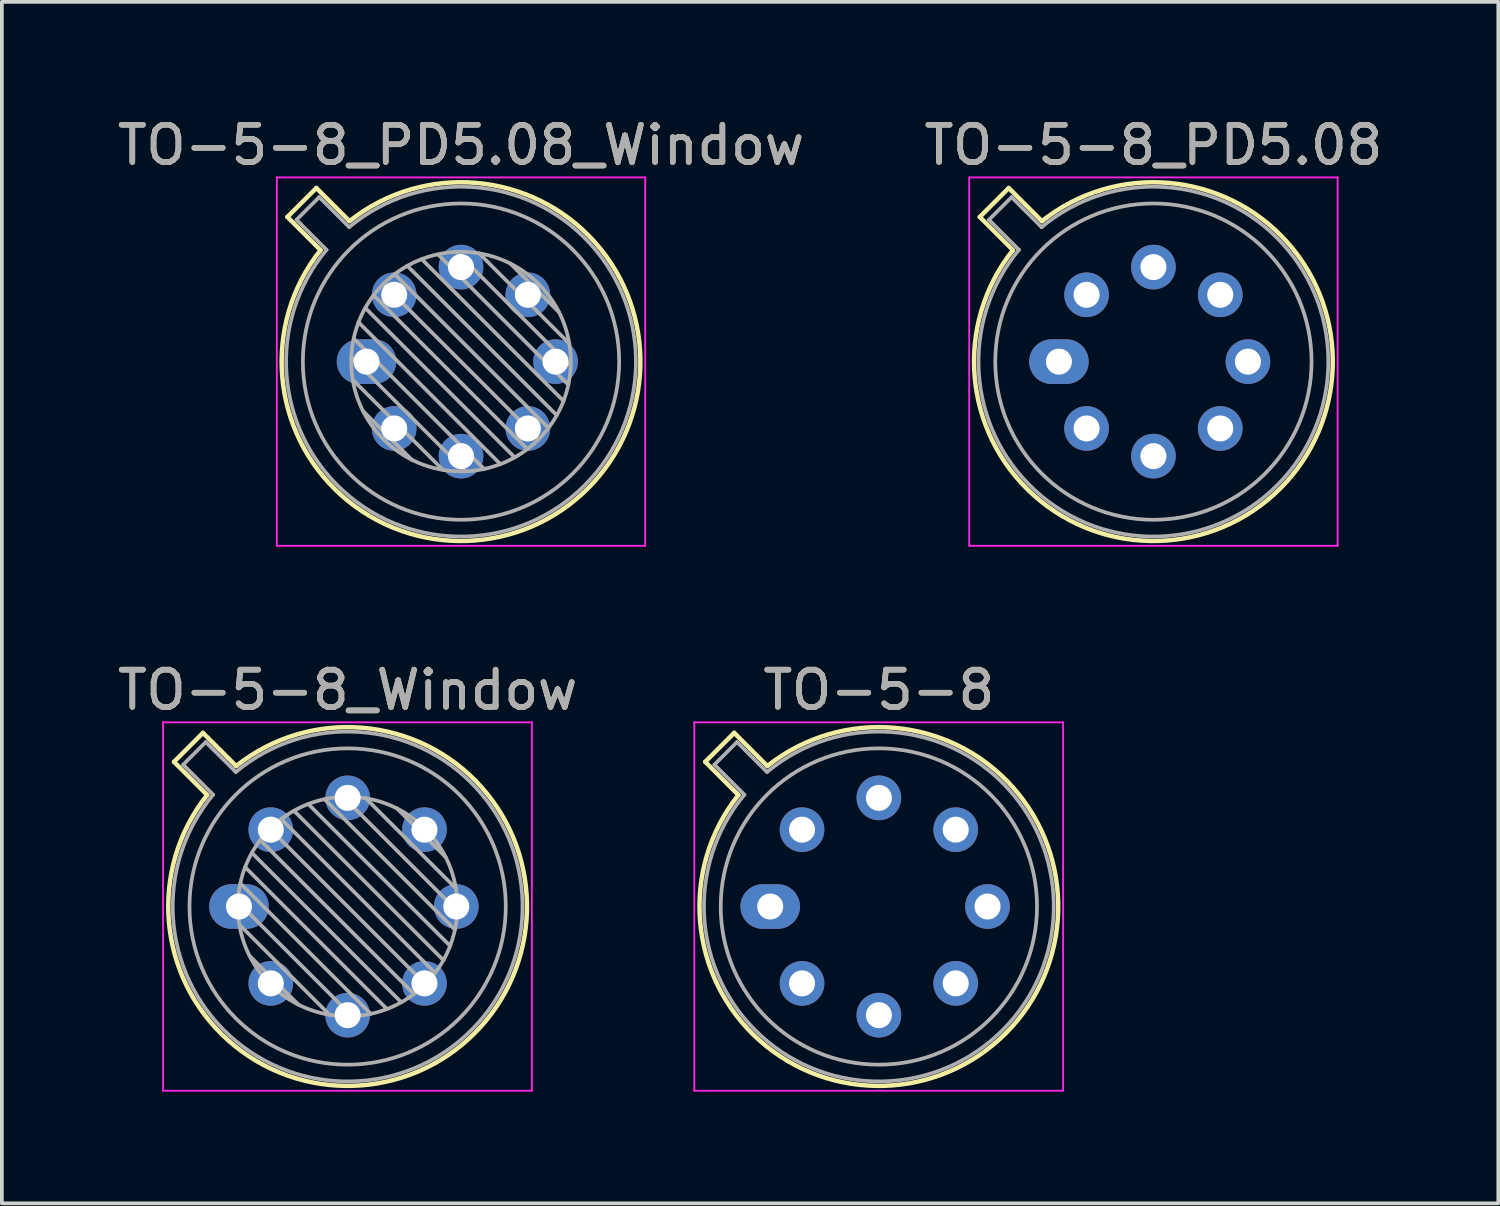
<source format=kicad_pcb>
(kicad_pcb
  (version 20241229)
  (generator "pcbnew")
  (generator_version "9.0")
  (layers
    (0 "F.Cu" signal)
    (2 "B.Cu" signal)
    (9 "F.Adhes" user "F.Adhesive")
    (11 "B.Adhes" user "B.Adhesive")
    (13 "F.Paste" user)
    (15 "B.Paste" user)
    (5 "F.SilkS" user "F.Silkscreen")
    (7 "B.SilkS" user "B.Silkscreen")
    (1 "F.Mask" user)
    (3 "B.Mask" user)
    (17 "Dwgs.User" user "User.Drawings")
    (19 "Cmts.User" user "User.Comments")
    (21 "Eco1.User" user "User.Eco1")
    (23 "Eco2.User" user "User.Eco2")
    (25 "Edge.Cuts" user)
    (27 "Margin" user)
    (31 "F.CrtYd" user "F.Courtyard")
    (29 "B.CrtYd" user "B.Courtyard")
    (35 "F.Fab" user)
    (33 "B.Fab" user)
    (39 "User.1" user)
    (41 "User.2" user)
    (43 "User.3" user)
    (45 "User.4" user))
  (footprint "TO-5-8_Window"
    (layer "F.Cu")
    (at 3.372 21.311)
    (property "Reference" "TO-5-8_Window" (at 2.92 -5.82 0) (layer "F.SilkS") (effects (font (size 1 1) (thickness 0.15))))
    (attr through_hole)
    (fp_line (start -1.746 -3.888) (end -0.855 -2.997) (stroke (width 0.12) (type solid)) (layer "F.SilkS"))
    (fp_line (start -0.968 -4.666) (end -1.746 -3.888) (stroke (width 0.12) (type solid)) (layer "F.SilkS"))
    (fp_line (start -0.077 -3.775) (end -0.968 -4.666) (stroke (width 0.12) (type solid)) (layer "F.SilkS"))
    (fp_arc (start -0.077084 -3.774902) (mid 6.328125 3.408384) (end -0.854674 -2.997371) (stroke (width 0.12) (type solid)) (layer "F.SilkS"))
    (fp_line (start -2.04 -4.95) (end -2.04 4.95) (stroke (width 0.05) (type solid)) (layer "F.CrtYd"))
    (fp_line (start -2.04 4.95) (end 7.87 4.95) (stroke (width 0.05) (type solid)) (layer "F.CrtYd"))
    (fp_line (start 7.87 -4.95) (end -2.04 -4.95) (stroke (width 0.05) (type solid)) (layer "F.CrtYd"))
    (fp_line (start 7.87 4.95) (end 7.87 -4.95) (stroke (width 0.05) (type solid)) (layer "F.CrtYd"))
    (fp_line (start -1.5 -3.812) (end -0.694 -3.005) (stroke (width 0.1) (type solid)) (layer "F.Fab"))
    (fp_line (start -0.892 -4.42) (end -1.5 -3.812) (stroke (width 0.1) (type solid)) (layer "F.Fab"))
    (fp_line (start -0.085 -3.614) (end -0.892 -4.42) (stroke (width 0.1) (type solid)) (layer "F.Fab"))
    (fp_line (start -0.028 -0.12) (end 3.04 2.948) (stroke (width 0.1) (type solid)) (layer "F.Fab"))
    (fp_line (start 0.009 0.485) (end 2.435 2.911) (stroke (width 0.1) (type solid)) (layer "F.Fab"))
    (fp_line (start 0.036 -0.622) (end 3.542 2.884) (stroke (width 0.1) (type solid)) (layer "F.Fab"))
    (fp_line (start 0.165 -1.058) (end 3.978 2.755) (stroke (width 0.1) (type solid)) (layer "F.Fab"))
    (fp_line (start 0.283 1.324) (end 1.596 2.637) (stroke (width 0.1) (type solid)) (layer "F.Fab"))
    (fp_line (start 0.346 -1.443) (end 4.363 2.574) (stroke (width 0.1) (type solid)) (layer "F.Fab"))
    (fp_line (start 0.57 -1.784) (end 4.704 2.35) (stroke (width 0.1) (type solid)) (layer "F.Fab"))
    (fp_line (start 0.834 -2.086) (end 5.006 2.086) (stroke (width 0.1) (type solid)) (layer "F.Fab"))
    (fp_line (start 1.136 -2.35) (end 5.27 1.784) (stroke (width 0.1) (type solid)) (layer "F.Fab"))
    (fp_line (start 1.477 -2.574) (end 5.494 1.443) (stroke (width 0.1) (type solid)) (layer "F.Fab"))
    (fp_line (start 1.862 -2.755) (end 5.675 1.058) (stroke (width 0.1) (type solid)) (layer "F.Fab"))
    (fp_line (start 2.298 -2.884) (end 5.804 0.622) (stroke (width 0.1) (type solid)) (layer "F.Fab"))
    (fp_line (start 2.8 -2.948) (end 5.868 0.12) (stroke (width 0.1) (type solid)) (layer "F.Fab"))
    (fp_line (start 3.405 -2.911) (end 5.831 -0.485) (stroke (width 0.1) (type solid)) (layer "F.Fab"))
    (fp_line (start 4.244 -2.637) (end 5.557 -1.324) (stroke (width 0.1) (type solid)) (layer "F.Fab"))
    (fp_arc (start -0.085408 -3.61352) (mid 6.243443 3.323361) (end -0.693594 -3.005319) (stroke (width 0.1) (type solid)) (layer "F.Fab"))
    (fp_circle (center 2.92 0) (end 5.87 0) (stroke (width 0.1) (type solid)) (fill no) (layer "F.Fab"))
    (fp_circle (center 2.92 0) (end 7.17 0) (stroke (width 0.1) (type solid)) (fill no) (layer "F.Fab"))
    (fp_text user "${REFERENCE}" (at 2.92 -5.82 0) (layer "F.Fab") (effects (font (size 1 1) (thickness 0.15))))
    (pad "1" thru_hole oval (at 0 0) (size 1.6 1.2) (drill 0.7) (layers "*.Cu" "*.Mask"))
    (pad "2" thru_hole oval (at 0.855 2.065) (size 1.2 1.2) (drill 0.7) (layers "*.Cu" "*.Mask"))
    (pad "3" thru_hole oval (at 2.92 2.92) (size 1.2 1.2) (drill 0.7) (layers "*.Cu" "*.Mask"))
    (pad "4" thru_hole oval (at 4.985 2.065) (size 1.2 1.2) (drill 0.7) (layers "*.Cu" "*.Mask"))
    (pad "5" thru_hole oval (at 5.84 0) (size 1.2 1.2) (drill 0.7) (layers "*.Cu" "*.Mask"))
    (pad "6" thru_hole oval (at 4.985 -2.065) (size 1.2 1.2) (drill 0.7) (layers "*.Cu" "*.Mask"))
    (pad "7" thru_hole oval (at 2.92 -2.92) (size 1.2 1.2) (drill 0.7) (layers "*.Cu" "*.Mask"))
    (pad "8" thru_hole oval (at 0.855 -2.065) (size 1.2 1.2) (drill 0.7) (layers "*.Cu" "*.Mask")))
  (footprint "TO-5-8_PD5.08_Window"
    (layer "F.Cu")
    (at 6.799 6.668)
    (property "Reference" "TO-5-8_PD5.08_Window" (at 2.54 -5.82 0) (layer "F.SilkS") (effects (font (size 1 1) (thickness 0.15))))
    (attr through_hole)
    (fp_line (start -2.126 -3.888) (end -1.235 -2.997) (stroke (width 0.12) (type solid)) (layer "F.SilkS"))
    (fp_line (start -1.348 -4.666) (end -2.126 -3.888) (stroke (width 0.12) (type solid)) (layer "F.SilkS"))
    (fp_line (start -0.457 -3.775) (end -1.348 -4.666) (stroke (width 0.12) (type solid)) (layer "F.SilkS"))
    (fp_arc (start -0.457084 -3.774902) (mid 5.948125 3.408384) (end -1.234674 -2.997371) (stroke (width 0.12) (type solid)) (layer "F.SilkS"))
    (fp_line (start -2.41 -4.95) (end -2.41 4.95) (stroke (width 0.05) (type solid)) (layer "F.CrtYd"))
    (fp_line (start -2.41 4.95) (end 7.49 4.95) (stroke (width 0.05) (type solid)) (layer "F.CrtYd"))
    (fp_line (start 7.49 -4.95) (end -2.41 -4.95) (stroke (width 0.05) (type solid)) (layer "F.CrtYd"))
    (fp_line (start 7.49 4.95) (end 7.49 -4.95) (stroke (width 0.05) (type solid)) (layer "F.CrtYd"))
    (fp_line (start -1.88 -3.812) (end -1.074 -3.005) (stroke (width 0.1) (type solid)) (layer "F.Fab"))
    (fp_line (start -1.272 -4.42) (end -1.88 -3.812) (stroke (width 0.1) (type solid)) (layer "F.Fab"))
    (fp_line (start -0.465 -3.614) (end -1.272 -4.42) (stroke (width 0.1) (type solid)) (layer "F.Fab"))
    (fp_line (start -0.408 -0.12) (end 2.66 2.948) (stroke (width 0.1) (type solid)) (layer "F.Fab"))
    (fp_line (start -0.371 0.485) (end 2.055 2.911) (stroke (width 0.1) (type solid)) (layer "F.Fab"))
    (fp_line (start -0.344 -0.622) (end 3.162 2.884) (stroke (width 0.1) (type solid)) (layer "F.Fab"))
    (fp_line (start -0.215 -1.058) (end 3.598 2.755) (stroke (width 0.1) (type solid)) (layer "F.Fab"))
    (fp_line (start -0.097 1.324) (end 1.216 2.637) (stroke (width 0.1) (type solid)) (layer "F.Fab"))
    (fp_line (start -0.034 -1.443) (end 3.983 2.574) (stroke (width 0.1) (type solid)) (layer "F.Fab"))
    (fp_line (start 0.19 -1.784) (end 4.324 2.35) (stroke (width 0.1) (type solid)) (layer "F.Fab"))
    (fp_line (start 0.454 -2.086) (end 4.626 2.086) (stroke (width 0.1) (type solid)) (layer "F.Fab"))
    (fp_line (start 0.756 -2.35) (end 4.89 1.784) (stroke (width 0.1) (type solid)) (layer "F.Fab"))
    (fp_line (start 1.097 -2.574) (end 5.114 1.443) (stroke (width 0.1) (type solid)) (layer "F.Fab"))
    (fp_line (start 1.482 -2.755) (end 5.295 1.058) (stroke (width 0.1) (type solid)) (layer "F.Fab"))
    (fp_line (start 1.918 -2.884) (end 5.424 0.622) (stroke (width 0.1) (type solid)) (layer "F.Fab"))
    (fp_line (start 2.42 -2.948) (end 5.488 0.12) (stroke (width 0.1) (type solid)) (layer "F.Fab"))
    (fp_line (start 3.025 -2.911) (end 5.451 -0.485) (stroke (width 0.1) (type solid)) (layer "F.Fab"))
    (fp_line (start 3.864 -2.637) (end 5.177 -1.324) (stroke (width 0.1) (type solid)) (layer "F.Fab"))
    (fp_arc (start -0.465408 -3.61352) (mid 5.863443 3.323361) (end -1.073594 -3.005319) (stroke (width 0.1) (type solid)) (layer "F.Fab"))
    (fp_circle (center 2.54 0) (end 5.49 0) (stroke (width 0.1) (type solid)) (fill no) (layer "F.Fab"))
    (fp_circle (center 2.54 0) (end 6.79 0) (stroke (width 0.1) (type solid)) (fill no) (layer "F.Fab"))
    (fp_text user "${REFERENCE}" (at 2.54 -5.82 0) (layer "F.Fab") (effects (font (size 1 1) (thickness 0.15))))
    (pad "1" thru_hole oval (at 0 0) (size 1.6 1.2) (drill 0.7) (layers "*.Cu" "*.Mask"))
    (pad "2" thru_hole oval (at 0.744 1.796) (size 1.2 1.2) (drill 0.7) (layers "*.Cu" "*.Mask"))
    (pad "3" thru_hole oval (at 2.54 2.54) (size 1.2 1.2) (drill 0.7) (layers "*.Cu" "*.Mask"))
    (pad "4" thru_hole oval (at 4.336 1.796) (size 1.2 1.2) (drill 0.7) (layers "*.Cu" "*.Mask"))
    (pad "5" thru_hole oval (at 5.08 0) (size 1.2 1.2) (drill 0.7) (layers "*.Cu" "*.Mask"))
    (pad "6" thru_hole oval (at 4.336 -1.796) (size 1.2 1.2) (drill 0.7) (layers "*.Cu" "*.Mask"))
    (pad "7" thru_hole oval (at 2.54 -2.54) (size 1.2 1.2) (drill 0.7) (layers "*.Cu" "*.Mask"))
    (pad "8" thru_hole oval (at 0.744 -1.796) (size 1.2 1.2) (drill 0.7) (layers "*.Cu" "*.Mask")))
  (footprint "TO-5-8_PD5.08"
    (layer "F.Cu")
    (at 25.406 6.668)
    (property "Reference" "TO-5-8_PD5.08" (at 2.54 -5.82 0) (layer "F.SilkS") (effects (font (size 1 1) (thickness 0.15))))
    (attr through_hole)
    (fp_line (start -2.126 -3.888) (end -1.235 -2.997) (stroke (width 0.12) (type solid)) (layer "F.SilkS"))
    (fp_line (start -1.348 -4.666) (end -2.126 -3.888) (stroke (width 0.12) (type solid)) (layer "F.SilkS"))
    (fp_line (start -0.457 -3.775) (end -1.348 -4.666) (stroke (width 0.12) (type solid)) (layer "F.SilkS"))
    (fp_arc (start -0.457084 -3.774902) (mid 5.948125 3.408384) (end -1.234674 -2.997371) (stroke (width 0.12) (type solid)) (layer "F.SilkS"))
    (fp_line (start -2.41 -4.95) (end -2.41 4.95) (stroke (width 0.05) (type solid)) (layer "F.CrtYd"))
    (fp_line (start -2.41 4.95) (end 7.49 4.95) (stroke (width 0.05) (type solid)) (layer "F.CrtYd"))
    (fp_line (start 7.49 -4.95) (end -2.41 -4.95) (stroke (width 0.05) (type solid)) (layer "F.CrtYd"))
    (fp_line (start 7.49 4.95) (end 7.49 -4.95) (stroke (width 0.05) (type solid)) (layer "F.CrtYd"))
    (fp_line (start -1.88 -3.812) (end -1.074 -3.005) (stroke (width 0.1) (type solid)) (layer "F.Fab"))
    (fp_line (start -1.272 -4.42) (end -1.88 -3.812) (stroke (width 0.1) (type solid)) (layer "F.Fab"))
    (fp_line (start -0.465 -3.614) (end -1.272 -4.42) (stroke (width 0.1) (type solid)) (layer "F.Fab"))
    (fp_arc (start -0.465408 -3.61352) (mid 5.863443 3.323361) (end -1.073594 -3.005319) (stroke (width 0.1) (type solid)) (layer "F.Fab"))
    (fp_circle (center 2.54 0) (end 6.79 0) (stroke (width 0.1) (type solid)) (fill no) (layer "F.Fab"))
    (fp_text user "${REFERENCE}" (at 2.54 -5.82 0) (layer "F.Fab") (effects (font (size 1 1) (thickness 0.15))))
    (pad "1" thru_hole oval (at 0 0) (size 1.6 1.2) (drill 0.7) (layers "*.Cu" "*.Mask"))
    (pad "2" thru_hole oval (at 0.744 1.796) (size 1.2 1.2) (drill 0.7) (layers "*.Cu" "*.Mask"))
    (pad "3" thru_hole oval (at 2.54 2.54) (size 1.2 1.2) (drill 0.7) (layers "*.Cu" "*.Mask"))
    (pad "4" thru_hole oval (at 4.336 1.796) (size 1.2 1.2) (drill 0.7) (layers "*.Cu" "*.Mask"))
    (pad "5" thru_hole oval (at 5.08 0) (size 1.2 1.2) (drill 0.7) (layers "*.Cu" "*.Mask"))
    (pad "6" thru_hole oval (at 4.336 -1.796) (size 1.2 1.2) (drill 0.7) (layers "*.Cu" "*.Mask"))
    (pad "7" thru_hole oval (at 2.54 -2.54) (size 1.2 1.2) (drill 0.7) (layers "*.Cu" "*.Mask"))
    (pad "8" thru_hole oval (at 0.744 -1.796) (size 1.2 1.2) (drill 0.7) (layers "*.Cu" "*.Mask")))
  (footprint "TO-5-8"
    (layer "F.Cu")
    (at 17.648 21.311)
    (property "Reference" "TO-5-8" (at 2.92 -5.82 0) (layer "F.SilkS") (effects (font (size 1 1) (thickness 0.15))))
    (attr through_hole)
    (fp_line (start -1.746 -3.888) (end -0.855 -2.997) (stroke (width 0.12) (type solid)) (layer "F.SilkS"))
    (fp_line (start -0.968 -4.666) (end -1.746 -3.888) (stroke (width 0.12) (type solid)) (layer "F.SilkS"))
    (fp_line (start -0.077 -3.775) (end -0.968 -4.666) (stroke (width 0.12) (type solid)) (layer "F.SilkS"))
    (fp_arc (start -0.077084 -3.774902) (mid 6.328125 3.408384) (end -0.854674 -2.997371) (stroke (width 0.12) (type solid)) (layer "F.SilkS"))
    (fp_line (start -2.04 -4.95) (end -2.04 4.95) (stroke (width 0.05) (type solid)) (layer "F.CrtYd"))
    (fp_line (start -2.04 4.95) (end 7.87 4.95) (stroke (width 0.05) (type solid)) (layer "F.CrtYd"))
    (fp_line (start 7.87 -4.95) (end -2.04 -4.95) (stroke (width 0.05) (type solid)) (layer "F.CrtYd"))
    (fp_line (start 7.87 4.95) (end 7.87 -4.95) (stroke (width 0.05) (type solid)) (layer "F.CrtYd"))
    (fp_line (start -1.5 -3.812) (end -0.694 -3.005) (stroke (width 0.1) (type solid)) (layer "F.Fab"))
    (fp_line (start -0.892 -4.42) (end -1.5 -3.812) (stroke (width 0.1) (type solid)) (layer "F.Fab"))
    (fp_line (start -0.085 -3.614) (end -0.892 -4.42) (stroke (width 0.1) (type solid)) (layer "F.Fab"))
    (fp_arc (start -0.085408 -3.61352) (mid 6.243443 3.323361) (end -0.693594 -3.005319) (stroke (width 0.1) (type solid)) (layer "F.Fab"))
    (fp_circle (center 2.92 0) (end 7.17 0) (stroke (width 0.1) (type solid)) (fill no) (layer "F.Fab"))
    (fp_text user "${REFERENCE}" (at 2.92 -5.82 0) (layer "F.Fab") (effects (font (size 1 1) (thickness 0.15))))
    (pad "1" thru_hole oval (at 0 0) (size 1.6 1.2) (drill 0.7) (layers "*.Cu" "*.Mask"))
    (pad "2" thru_hole oval (at 0.855 2.065) (size 1.2 1.2) (drill 0.7) (layers "*.Cu" "*.Mask"))
    (pad "3" thru_hole oval (at 2.92 2.92) (size 1.2 1.2) (drill 0.7) (layers "*.Cu" "*.Mask"))
    (pad "4" thru_hole oval (at 4.985 2.065) (size 1.2 1.2) (drill 0.7) (layers "*.Cu" "*.Mask"))
    (pad "5" thru_hole oval (at 5.84 0) (size 1.2 1.2) (drill 0.7) (layers "*.Cu" "*.Mask"))
    (pad "6" thru_hole oval (at 4.985 -2.065) (size 1.2 1.2) (drill 0.7) (layers "*.Cu" "*.Mask"))
    (pad "7" thru_hole oval (at 2.92 -2.92) (size 1.2 1.2) (drill 0.7) (layers "*.Cu" "*.Mask"))
    (pad "8" thru_hole oval (at 0.855 -2.065) (size 1.2 1.2) (drill 0.7) (layers "*.Cu" "*.Mask")))
  (gr_rect
    (start -3 -3)
    (end 37.214 29.287)
    (stroke (width 0.1) (type default))
    (fill no)
    (layer "Edge.Cuts")))
</source>
